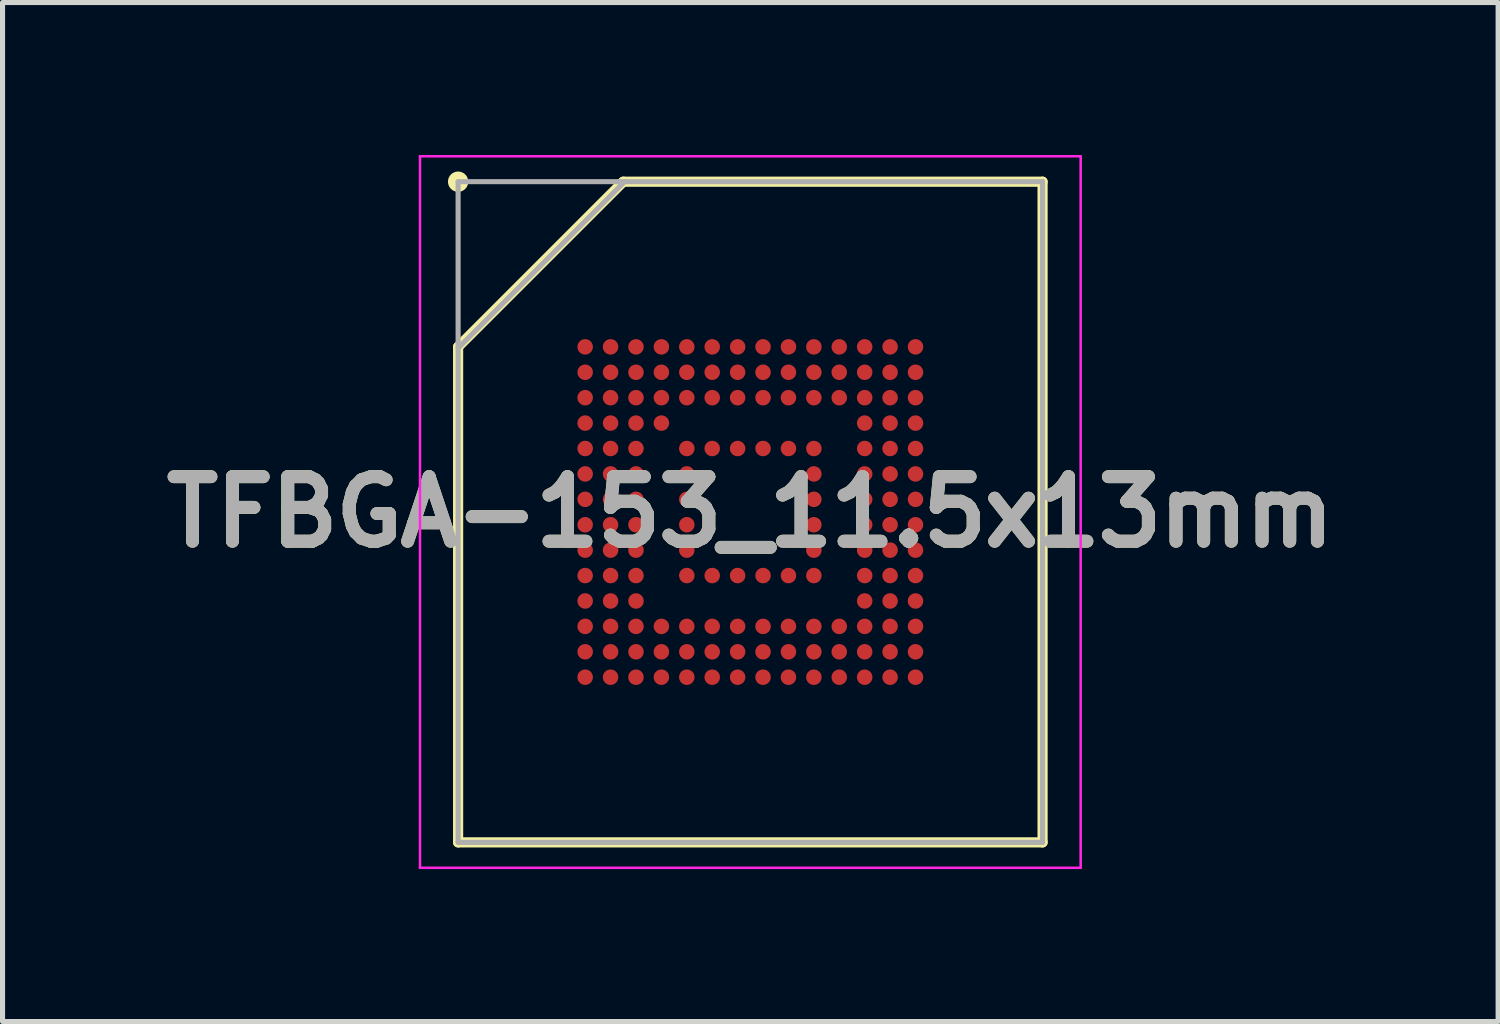
<source format=kicad_pcb>
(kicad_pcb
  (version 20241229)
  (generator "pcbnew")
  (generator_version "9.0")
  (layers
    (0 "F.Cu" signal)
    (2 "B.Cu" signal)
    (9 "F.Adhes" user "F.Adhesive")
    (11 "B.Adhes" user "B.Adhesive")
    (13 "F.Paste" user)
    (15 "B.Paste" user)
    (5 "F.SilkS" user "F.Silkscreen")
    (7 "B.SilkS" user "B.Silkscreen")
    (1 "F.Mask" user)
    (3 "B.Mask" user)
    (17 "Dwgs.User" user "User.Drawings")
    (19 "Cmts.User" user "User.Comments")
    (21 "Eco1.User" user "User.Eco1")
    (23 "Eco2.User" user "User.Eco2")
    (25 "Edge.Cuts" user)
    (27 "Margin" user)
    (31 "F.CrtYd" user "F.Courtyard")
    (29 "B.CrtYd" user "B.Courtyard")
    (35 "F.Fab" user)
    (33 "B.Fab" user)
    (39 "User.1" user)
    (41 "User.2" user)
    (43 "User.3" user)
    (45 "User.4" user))
  (footprint "TFBGA-153_11.5x13mm"
    (layer "F.Cu")
    (at 11.714 7.025)
    (property "Reference" "TFBGA-153_11.5x13mm" (at 0 0 0) (layer "F.SilkS") (effects (font (size 1.27 1.27) (thickness 0.254))))
    (attr smd)
    (fp_line (start -5.75 -3.25) (end -2.5 -6.5) (stroke (width 0.2) (type solid)) (layer "F.SilkS"))
    (fp_line (start -5.75 6.5) (end -5.75 -3.25) (stroke (width 0.2) (type solid)) (layer "F.SilkS"))
    (fp_line (start -2.5 -6.5) (end 5.75 -6.5) (stroke (width 0.2) (type solid)) (layer "F.SilkS"))
    (fp_line (start 5.75 -6.5) (end 5.75 6.5) (stroke (width 0.2) (type solid)) (layer "F.SilkS"))
    (fp_line (start 5.75 6.5) (end -5.75 6.5) (stroke (width 0.2) (type solid)) (layer "F.SilkS"))
    (fp_circle (center -5.75 -6.5) (end -5.75 -6.4) (stroke (width 0.2) (type solid)) (fill no) (layer "F.SilkS"))
    (fp_line (start -6.5 -7) (end 6.5 -7) (stroke (width 0.05) (type solid)) (layer "F.CrtYd"))
    (fp_line (start -6.5 7) (end -6.5 -7) (stroke (width 0.05) (type solid)) (layer "F.CrtYd"))
    (fp_line (start 6.5 -7) (end 6.5 7) (stroke (width 0.05) (type solid)) (layer "F.CrtYd"))
    (fp_line (start 6.5 7) (end -6.5 7) (stroke (width 0.05) (type solid)) (layer "F.CrtYd"))
    (fp_line (start -5.75 -6.5) (end 5.75 -6.5) (stroke (width 0.1) (type solid)) (layer "F.Fab"))
    (fp_line (start -5.75 -3.225) (end -2.475 -6.5) (stroke (width 0.1) (type solid)) (layer "F.Fab"))
    (fp_line (start -5.75 6.5) (end -5.75 -6.5) (stroke (width 0.1) (type solid)) (layer "F.Fab"))
    (fp_line (start 5.75 -6.5) (end 5.75 6.5) (stroke (width 0.1) (type solid)) (layer "F.Fab"))
    (fp_line (start 5.75 6.5) (end -5.75 6.5) (stroke (width 0.1) (type solid)) (layer "F.Fab"))
    (fp_text user "${REFERENCE}" (at 0 0 0) (layer "F.Fab") (effects (font (size 1.27 1.27) (thickness 0.254))))
    (pad "A1" smd circle (at -3.25 -3.25 90) (size 0.305 0.305) (layers "F.Cu" "F.Mask" "F.Paste"))
    (pad "A2" smd circle (at -2.75 -3.25 90) (size 0.305 0.305) (layers "F.Cu" "F.Mask" "F.Paste"))
    (pad "A3" smd circle (at -2.25 -3.25 90) (size 0.305 0.305) (layers "F.Cu" "F.Mask" "F.Paste"))
    (pad "A4" smd circle (at -1.75 -3.25 90) (size 0.305 0.305) (layers "F.Cu" "F.Mask" "F.Paste"))
    (pad "A5" smd circle (at -1.25 -3.25 90) (size 0.305 0.305) (layers "F.Cu" "F.Mask" "F.Paste"))
    (pad "A6" smd circle (at -0.75 -3.25 90) (size 0.305 0.305) (layers "F.Cu" "F.Mask" "F.Paste"))
    (pad "A7" smd circle (at -0.25 -3.25 90) (size 0.305 0.305) (layers "F.Cu" "F.Mask" "F.Paste"))
    (pad "A8" smd circle (at 0.25 -3.25 90) (size 0.305 0.305) (layers "F.Cu" "F.Mask" "F.Paste"))
    (pad "A9" smd circle (at 0.75 -3.25 90) (size 0.305 0.305) (layers "F.Cu" "F.Mask" "F.Paste"))
    (pad "A10" smd circle (at 1.25 -3.25 90) (size 0.305 0.305) (layers "F.Cu" "F.Mask" "F.Paste"))
    (pad "A11" smd circle (at 1.75 -3.25 90) (size 0.305 0.305) (layers "F.Cu" "F.Mask" "F.Paste"))
    (pad "A12" smd circle (at 2.25 -3.25 90) (size 0.305 0.305) (layers "F.Cu" "F.Mask" "F.Paste"))
    (pad "A13" smd circle (at 2.75 -3.25 90) (size 0.305 0.305) (layers "F.Cu" "F.Mask" "F.Paste"))
    (pad "A14" smd circle (at 3.25 -3.25 90) (size 0.305 0.305) (layers "F.Cu" "F.Mask" "F.Paste"))
    (pad "B1" smd circle (at -3.25 -2.75 90) (size 0.305 0.305) (layers "F.Cu" "F.Mask" "F.Paste"))
    (pad "B2" smd circle (at -2.75 -2.75 90) (size 0.305 0.305) (layers "F.Cu" "F.Mask" "F.Paste"))
    (pad "B3" smd circle (at -2.25 -2.75 90) (size 0.305 0.305) (layers "F.Cu" "F.Mask" "F.Paste"))
    (pad "B4" smd circle (at -1.75 -2.75 90) (size 0.305 0.305) (layers "F.Cu" "F.Mask" "F.Paste"))
    (pad "B5" smd circle (at -1.25 -2.75 90) (size 0.305 0.305) (layers "F.Cu" "F.Mask" "F.Paste"))
    (pad "B6" smd circle (at -0.75 -2.75 90) (size 0.305 0.305) (layers "F.Cu" "F.Mask" "F.Paste"))
    (pad "B7" smd circle (at -0.25 -2.75 90) (size 0.305 0.305) (layers "F.Cu" "F.Mask" "F.Paste"))
    (pad "B8" smd circle (at 0.25 -2.75 90) (size 0.305 0.305) (layers "F.Cu" "F.Mask" "F.Paste"))
    (pad "B9" smd circle (at 0.75 -2.75 90) (size 0.305 0.305) (layers "F.Cu" "F.Mask" "F.Paste"))
    (pad "B10" smd circle (at 1.25 -2.75 90) (size 0.305 0.305) (layers "F.Cu" "F.Mask" "F.Paste"))
    (pad "B11" smd circle (at 1.75 -2.75 90) (size 0.305 0.305) (layers "F.Cu" "F.Mask" "F.Paste"))
    (pad "B12" smd circle (at 2.25 -2.75 90) (size 0.305 0.305) (layers "F.Cu" "F.Mask" "F.Paste"))
    (pad "B13" smd circle (at 2.75 -2.75 90) (size 0.305 0.305) (layers "F.Cu" "F.Mask" "F.Paste"))
    (pad "B14" smd circle (at 3.25 -2.75 90) (size 0.305 0.305) (layers "F.Cu" "F.Mask" "F.Paste"))
    (pad "C1" smd circle (at -3.25 -2.25 90) (size 0.305 0.305) (layers "F.Cu" "F.Mask" "F.Paste"))
    (pad "C2" smd circle (at -2.75 -2.25 90) (size 0.305 0.305) (layers "F.Cu" "F.Mask" "F.Paste"))
    (pad "C3" smd circle (at -2.25 -2.25 90) (size 0.305 0.305) (layers "F.Cu" "F.Mask" "F.Paste"))
    (pad "C4" smd circle (at -1.75 -2.25 90) (size 0.305 0.305) (layers "F.Cu" "F.Mask" "F.Paste"))
    (pad "C5" smd circle (at -1.25 -2.25 90) (size 0.305 0.305) (layers "F.Cu" "F.Mask" "F.Paste"))
    (pad "C6" smd circle (at -0.75 -2.25 90) (size 0.305 0.305) (layers "F.Cu" "F.Mask" "F.Paste"))
    (pad "C7" smd circle (at -0.25 -2.25 90) (size 0.305 0.305) (layers "F.Cu" "F.Mask" "F.Paste"))
    (pad "C8" smd circle (at 0.25 -2.25 90) (size 0.305 0.305) (layers "F.Cu" "F.Mask" "F.Paste"))
    (pad "C9" smd circle (at 0.75 -2.25 90) (size 0.305 0.305) (layers "F.Cu" "F.Mask" "F.Paste"))
    (pad "C10" smd circle (at 1.25 -2.25 90) (size 0.305 0.305) (layers "F.Cu" "F.Mask" "F.Paste"))
    (pad "C11" smd circle (at 1.75 -2.25 90) (size 0.305 0.305) (layers "F.Cu" "F.Mask" "F.Paste"))
    (pad "C12" smd circle (at 2.25 -2.25 90) (size 0.305 0.305) (layers "F.Cu" "F.Mask" "F.Paste"))
    (pad "C13" smd circle (at 2.75 -2.25 90) (size 0.305 0.305) (layers "F.Cu" "F.Mask" "F.Paste"))
    (pad "C14" smd circle (at 3.25 -2.25 90) (size 0.305 0.305) (layers "F.Cu" "F.Mask" "F.Paste"))
    (pad "D1" smd circle (at -3.25 -1.75 90) (size 0.305 0.305) (layers "F.Cu" "F.Mask" "F.Paste"))
    (pad "D2" smd circle (at -2.75 -1.75 90) (size 0.305 0.305) (layers "F.Cu" "F.Mask" "F.Paste"))
    (pad "D3" smd circle (at -2.25 -1.75 90) (size 0.305 0.305) (layers "F.Cu" "F.Mask" "F.Paste"))
    (pad "D4" smd circle (at -1.75 -1.75 90) (size 0.305 0.305) (layers "F.Cu" "F.Mask" "F.Paste"))
    (pad "D12" smd circle (at 2.25 -1.75 90) (size 0.305 0.305) (layers "F.Cu" "F.Mask" "F.Paste"))
    (pad "D13" smd circle (at 2.75 -1.75 90) (size 0.305 0.305) (layers "F.Cu" "F.Mask" "F.Paste"))
    (pad "D14" smd circle (at 3.25 -1.75 90) (size 0.305 0.305) (layers "F.Cu" "F.Mask" "F.Paste"))
    (pad "E1" smd circle (at -3.25 -1.25 90) (size 0.305 0.305) (layers "F.Cu" "F.Mask" "F.Paste"))
    (pad "E2" smd circle (at -2.75 -1.25 90) (size 0.305 0.305) (layers "F.Cu" "F.Mask" "F.Paste"))
    (pad "E3" smd circle (at -2.25 -1.25 90) (size 0.305 0.305) (layers "F.Cu" "F.Mask" "F.Paste"))
    (pad "E5" smd circle (at -1.25 -1.25 90) (size 0.305 0.305) (layers "F.Cu" "F.Mask" "F.Paste"))
    (pad "E6" smd circle (at -0.75 -1.25 90) (size 0.305 0.305) (layers "F.Cu" "F.Mask" "F.Paste"))
    (pad "E7" smd circle (at -0.25 -1.25 90) (size 0.305 0.305) (layers "F.Cu" "F.Mask" "F.Paste"))
    (pad "E8" smd circle (at 0.25 -1.25 90) (size 0.305 0.305) (layers "F.Cu" "F.Mask" "F.Paste"))
    (pad "E9" smd circle (at 0.75 -1.25 90) (size 0.305 0.305) (layers "F.Cu" "F.Mask" "F.Paste"))
    (pad "E10" smd circle (at 1.25 -1.25 90) (size 0.305 0.305) (layers "F.Cu" "F.Mask" "F.Paste"))
    (pad "E12" smd circle (at 2.25 -1.25 90) (size 0.305 0.305) (layers "F.Cu" "F.Mask" "F.Paste"))
    (pad "E13" smd circle (at 2.75 -1.25 90) (size 0.305 0.305) (layers "F.Cu" "F.Mask" "F.Paste"))
    (pad "E14" smd circle (at 3.25 -1.25 90) (size 0.305 0.305) (layers "F.Cu" "F.Mask" "F.Paste"))
    (pad "F1" smd circle (at -3.25 -0.75 90) (size 0.305 0.305) (layers "F.Cu" "F.Mask" "F.Paste"))
    (pad "F2" smd circle (at -2.75 -0.75 90) (size 0.305 0.305) (layers "F.Cu" "F.Mask" "F.Paste"))
    (pad "F3" smd circle (at -2.25 -0.75 90) (size 0.305 0.305) (layers "F.Cu" "F.Mask" "F.Paste"))
    (pad "F5" smd circle (at -1.25 -0.75 90) (size 0.305 0.305) (layers "F.Cu" "F.Mask" "F.Paste"))
    (pad "F10" smd circle (at 1.25 -0.75 90) (size 0.305 0.305) (layers "F.Cu" "F.Mask" "F.Paste"))
    (pad "F12" smd circle (at 2.25 -0.75 90) (size 0.305 0.305) (layers "F.Cu" "F.Mask" "F.Paste"))
    (pad "F13" smd circle (at 2.75 -0.75 90) (size 0.305 0.305) (layers "F.Cu" "F.Mask" "F.Paste"))
    (pad "F14" smd circle (at 3.25 -0.75 90) (size 0.305 0.305) (layers "F.Cu" "F.Mask" "F.Paste"))
    (pad "G1" smd circle (at -3.25 -0.25 90) (size 0.305 0.305) (layers "F.Cu" "F.Mask" "F.Paste"))
    (pad "G2" smd circle (at -2.75 -0.25 90) (size 0.305 0.305) (layers "F.Cu" "F.Mask" "F.Paste"))
    (pad "G3" smd circle (at -2.25 -0.25 90) (size 0.305 0.305) (layers "F.Cu" "F.Mask" "F.Paste"))
    (pad "G5" smd circle (at -1.25 -0.25 90) (size 0.305 0.305) (layers "F.Cu" "F.Mask" "F.Paste"))
    (pad "G10" smd circle (at 1.25 -0.25 90) (size 0.305 0.305) (layers "F.Cu" "F.Mask" "F.Paste"))
    (pad "G12" smd circle (at 2.25 -0.25 90) (size 0.305 0.305) (layers "F.Cu" "F.Mask" "F.Paste"))
    (pad "G13" smd circle (at 2.75 -0.25 90) (size 0.305 0.305) (layers "F.Cu" "F.Mask" "F.Paste"))
    (pad "G14" smd circle (at 3.25 -0.25 90) (size 0.305 0.305) (layers "F.Cu" "F.Mask" "F.Paste"))
    (pad "H1" smd circle (at -3.25 0.25 90) (size 0.305 0.305) (layers "F.Cu" "F.Mask" "F.Paste"))
    (pad "H2" smd circle (at -2.75 0.25 90) (size 0.305 0.305) (layers "F.Cu" "F.Mask" "F.Paste"))
    (pad "H3" smd circle (at -2.25 0.25 90) (size 0.305 0.305) (layers "F.Cu" "F.Mask" "F.Paste"))
    (pad "H5" smd circle (at -1.25 0.25 90) (size 0.305 0.305) (layers "F.Cu" "F.Mask" "F.Paste"))
    (pad "H10" smd circle (at 1.25 0.25 90) (size 0.305 0.305) (layers "F.Cu" "F.Mask" "F.Paste"))
    (pad "H12" smd circle (at 2.25 0.25 90) (size 0.305 0.305) (layers "F.Cu" "F.Mask" "F.Paste"))
    (pad "H13" smd circle (at 2.75 0.25 90) (size 0.305 0.305) (layers "F.Cu" "F.Mask" "F.Paste"))
    (pad "H14" smd circle (at 3.25 0.25 90) (size 0.305 0.305) (layers "F.Cu" "F.Mask" "F.Paste"))
    (pad "J1" smd circle (at -3.25 0.75 90) (size 0.305 0.305) (layers "F.Cu" "F.Mask" "F.Paste"))
    (pad "J2" smd circle (at -2.75 0.75 90) (size 0.305 0.305) (layers "F.Cu" "F.Mask" "F.Paste"))
    (pad "J3" smd circle (at -2.25 0.75 90) (size 0.305 0.305) (layers "F.Cu" "F.Mask" "F.Paste"))
    (pad "J5" smd circle (at -1.25 0.75 90) (size 0.305 0.305) (layers "F.Cu" "F.Mask" "F.Paste"))
    (pad "J10" smd circle (at 1.25 0.75 90) (size 0.305 0.305) (layers "F.Cu" "F.Mask" "F.Paste"))
    (pad "J12" smd circle (at 2.25 0.75 90) (size 0.305 0.305) (layers "F.Cu" "F.Mask" "F.Paste"))
    (pad "J13" smd circle (at 2.75 0.75 90) (size 0.305 0.305) (layers "F.Cu" "F.Mask" "F.Paste"))
    (pad "J14" smd circle (at 3.25 0.75 90) (size 0.305 0.305) (layers "F.Cu" "F.Mask" "F.Paste"))
    (pad "K1" smd circle (at -3.25 1.25 90) (size 0.305 0.305) (layers "F.Cu" "F.Mask" "F.Paste"))
    (pad "K2" smd circle (at -2.75 1.25 90) (size 0.305 0.305) (layers "F.Cu" "F.Mask" "F.Paste"))
    (pad "K3" smd circle (at -2.25 1.25 90) (size 0.305 0.305) (layers "F.Cu" "F.Mask" "F.Paste"))
    (pad "K5" smd circle (at -1.25 1.25 90) (size 0.305 0.305) (layers "F.Cu" "F.Mask" "F.Paste"))
    (pad "K6" smd circle (at -0.75 1.25 90) (size 0.305 0.305) (layers "F.Cu" "F.Mask" "F.Paste"))
    (pad "K7" smd circle (at -0.25 1.25 90) (size 0.305 0.305) (layers "F.Cu" "F.Mask" "F.Paste"))
    (pad "K8" smd circle (at 0.25 1.25 90) (size 0.305 0.305) (layers "F.Cu" "F.Mask" "F.Paste"))
    (pad "K9" smd circle (at 0.75 1.25 90) (size 0.305 0.305) (layers "F.Cu" "F.Mask" "F.Paste"))
    (pad "K10" smd circle (at 1.25 1.25 90) (size 0.305 0.305) (layers "F.Cu" "F.Mask" "F.Paste"))
    (pad "K12" smd circle (at 2.25 1.25 90) (size 0.305 0.305) (layers "F.Cu" "F.Mask" "F.Paste"))
    (pad "K13" smd circle (at 2.75 1.25 90) (size 0.305 0.305) (layers "F.Cu" "F.Mask" "F.Paste"))
    (pad "K14" smd circle (at 3.25 1.25 90) (size 0.305 0.305) (layers "F.Cu" "F.Mask" "F.Paste"))
    (pad "L1" smd circle (at -3.25 1.75 90) (size 0.305 0.305) (layers "F.Cu" "F.Mask" "F.Paste"))
    (pad "L2" smd circle (at -2.75 1.75 90) (size 0.305 0.305) (layers "F.Cu" "F.Mask" "F.Paste"))
    (pad "L3" smd circle (at -2.25 1.75 90) (size 0.305 0.305) (layers "F.Cu" "F.Mask" "F.Paste"))
    (pad "L12" smd circle (at 2.25 1.75 90) (size 0.305 0.305) (layers "F.Cu" "F.Mask" "F.Paste"))
    (pad "L13" smd circle (at 2.75 1.75 90) (size 0.305 0.305) (layers "F.Cu" "F.Mask" "F.Paste"))
    (pad "L14" smd circle (at 3.25 1.75 90) (size 0.305 0.305) (layers "F.Cu" "F.Mask" "F.Paste"))
    (pad "M1" smd circle (at -3.25 2.25 90) (size 0.305 0.305) (layers "F.Cu" "F.Mask" "F.Paste"))
    (pad "M2" smd circle (at -2.75 2.25 90) (size 0.305 0.305) (layers "F.Cu" "F.Mask" "F.Paste"))
    (pad "M3" smd circle (at -2.25 2.25 90) (size 0.305 0.305) (layers "F.Cu" "F.Mask" "F.Paste"))
    (pad "M4" smd circle (at -1.75 2.25 90) (size 0.305 0.305) (layers "F.Cu" "F.Mask" "F.Paste"))
    (pad "M5" smd circle (at -1.25 2.25 90) (size 0.305 0.305) (layers "F.Cu" "F.Mask" "F.Paste"))
    (pad "M6" smd circle (at -0.75 2.25 90) (size 0.305 0.305) (layers "F.Cu" "F.Mask" "F.Paste"))
    (pad "M7" smd circle (at -0.25 2.25 90) (size 0.305 0.305) (layers "F.Cu" "F.Mask" "F.Paste"))
    (pad "M8" smd circle (at 0.25 2.25 90) (size 0.305 0.305) (layers "F.Cu" "F.Mask" "F.Paste"))
    (pad "M9" smd circle (at 0.75 2.25 90) (size 0.305 0.305) (layers "F.Cu" "F.Mask" "F.Paste"))
    (pad "M10" smd circle (at 1.25 2.25 90) (size 0.305 0.305) (layers "F.Cu" "F.Mask" "F.Paste"))
    (pad "M11" smd circle (at 1.75 2.25 90) (size 0.305 0.305) (layers "F.Cu" "F.Mask" "F.Paste"))
    (pad "M12" smd circle (at 2.25 2.25 90) (size 0.305 0.305) (layers "F.Cu" "F.Mask" "F.Paste"))
    (pad "M13" smd circle (at 2.75 2.25 90) (size 0.305 0.305) (layers "F.Cu" "F.Mask" "F.Paste"))
    (pad "M14" smd circle (at 3.25 2.25 90) (size 0.305 0.305) (layers "F.Cu" "F.Mask" "F.Paste"))
    (pad "N1" smd circle (at -3.25 2.75 90) (size 0.305 0.305) (layers "F.Cu" "F.Mask" "F.Paste"))
    (pad "N2" smd circle (at -2.75 2.75 90) (size 0.305 0.305) (layers "F.Cu" "F.Mask" "F.Paste"))
    (pad "N3" smd circle (at -2.25 2.75 90) (size 0.305 0.305) (layers "F.Cu" "F.Mask" "F.Paste"))
    (pad "N4" smd circle (at -1.75 2.75 90) (size 0.305 0.305) (layers "F.Cu" "F.Mask" "F.Paste"))
    (pad "N5" smd circle (at -1.25 2.75 90) (size 0.305 0.305) (layers "F.Cu" "F.Mask" "F.Paste"))
    (pad "N6" smd circle (at -0.75 2.75 90) (size 0.305 0.305) (layers "F.Cu" "F.Mask" "F.Paste"))
    (pad "N7" smd circle (at -0.25 2.75 90) (size 0.305 0.305) (layers "F.Cu" "F.Mask" "F.Paste"))
    (pad "N8" smd circle (at 0.25 2.75 90) (size 0.305 0.305) (layers "F.Cu" "F.Mask" "F.Paste"))
    (pad "N9" smd circle (at 0.75 2.75 90) (size 0.305 0.305) (layers "F.Cu" "F.Mask" "F.Paste"))
    (pad "N10" smd circle (at 1.25 2.75 90) (size 0.305 0.305) (layers "F.Cu" "F.Mask" "F.Paste"))
    (pad "N11" smd circle (at 1.75 2.75 90) (size 0.305 0.305) (layers "F.Cu" "F.Mask" "F.Paste"))
    (pad "N12" smd circle (at 2.25 2.75 90) (size 0.305 0.305) (layers "F.Cu" "F.Mask" "F.Paste"))
    (pad "N13" smd circle (at 2.75 2.75 90) (size 0.305 0.305) (layers "F.Cu" "F.Mask" "F.Paste"))
    (pad "N14" smd circle (at 3.25 2.75 90) (size 0.305 0.305) (layers "F.Cu" "F.Mask" "F.Paste"))
    (pad "P1" smd circle (at -3.25 3.25 90) (size 0.305 0.305) (layers "F.Cu" "F.Mask" "F.Paste"))
    (pad "P2" smd circle (at -2.75 3.25 90) (size 0.305 0.305) (layers "F.Cu" "F.Mask" "F.Paste"))
    (pad "P3" smd circle (at -2.25 3.25 90) (size 0.305 0.305) (layers "F.Cu" "F.Mask" "F.Paste"))
    (pad "P4" smd circle (at -1.75 3.25 90) (size 0.305 0.305) (layers "F.Cu" "F.Mask" "F.Paste"))
    (pad "P5" smd circle (at -1.25 3.25 90) (size 0.305 0.305) (layers "F.Cu" "F.Mask" "F.Paste"))
    (pad "P6" smd circle (at -0.75 3.25 90) (size 0.305 0.305) (layers "F.Cu" "F.Mask" "F.Paste"))
    (pad "P7" smd circle (at -0.25 3.25 90) (size 0.305 0.305) (layers "F.Cu" "F.Mask" "F.Paste"))
    (pad "P8" smd circle (at 0.25 3.25 90) (size 0.305 0.305) (layers "F.Cu" "F.Mask" "F.Paste"))
    (pad "P9" smd circle (at 0.75 3.25 90) (size 0.305 0.305) (layers "F.Cu" "F.Mask" "F.Paste"))
    (pad "P10" smd circle (at 1.25 3.25 90) (size 0.305 0.305) (layers "F.Cu" "F.Mask" "F.Paste"))
    (pad "P11" smd circle (at 1.75 3.25 90) (size 0.305 0.305) (layers "F.Cu" "F.Mask" "F.Paste"))
    (pad "P12" smd circle (at 2.25 3.25 90) (size 0.305 0.305) (layers "F.Cu" "F.Mask" "F.Paste"))
    (pad "P13" smd circle (at 2.75 3.25 90) (size 0.305 0.305) (layers "F.Cu" "F.Mask" "F.Paste"))
    (pad "P14" smd circle (at 3.25 3.25 90) (size 0.305 0.305) (layers "F.Cu" "F.Mask" "F.Paste")))
  (gr_rect
    (start -3 -3)
    (end 26.428 17.05)
    (stroke (width 0.1) (type default))
    (fill no)
    (layer "Edge.Cuts")))
</source>
